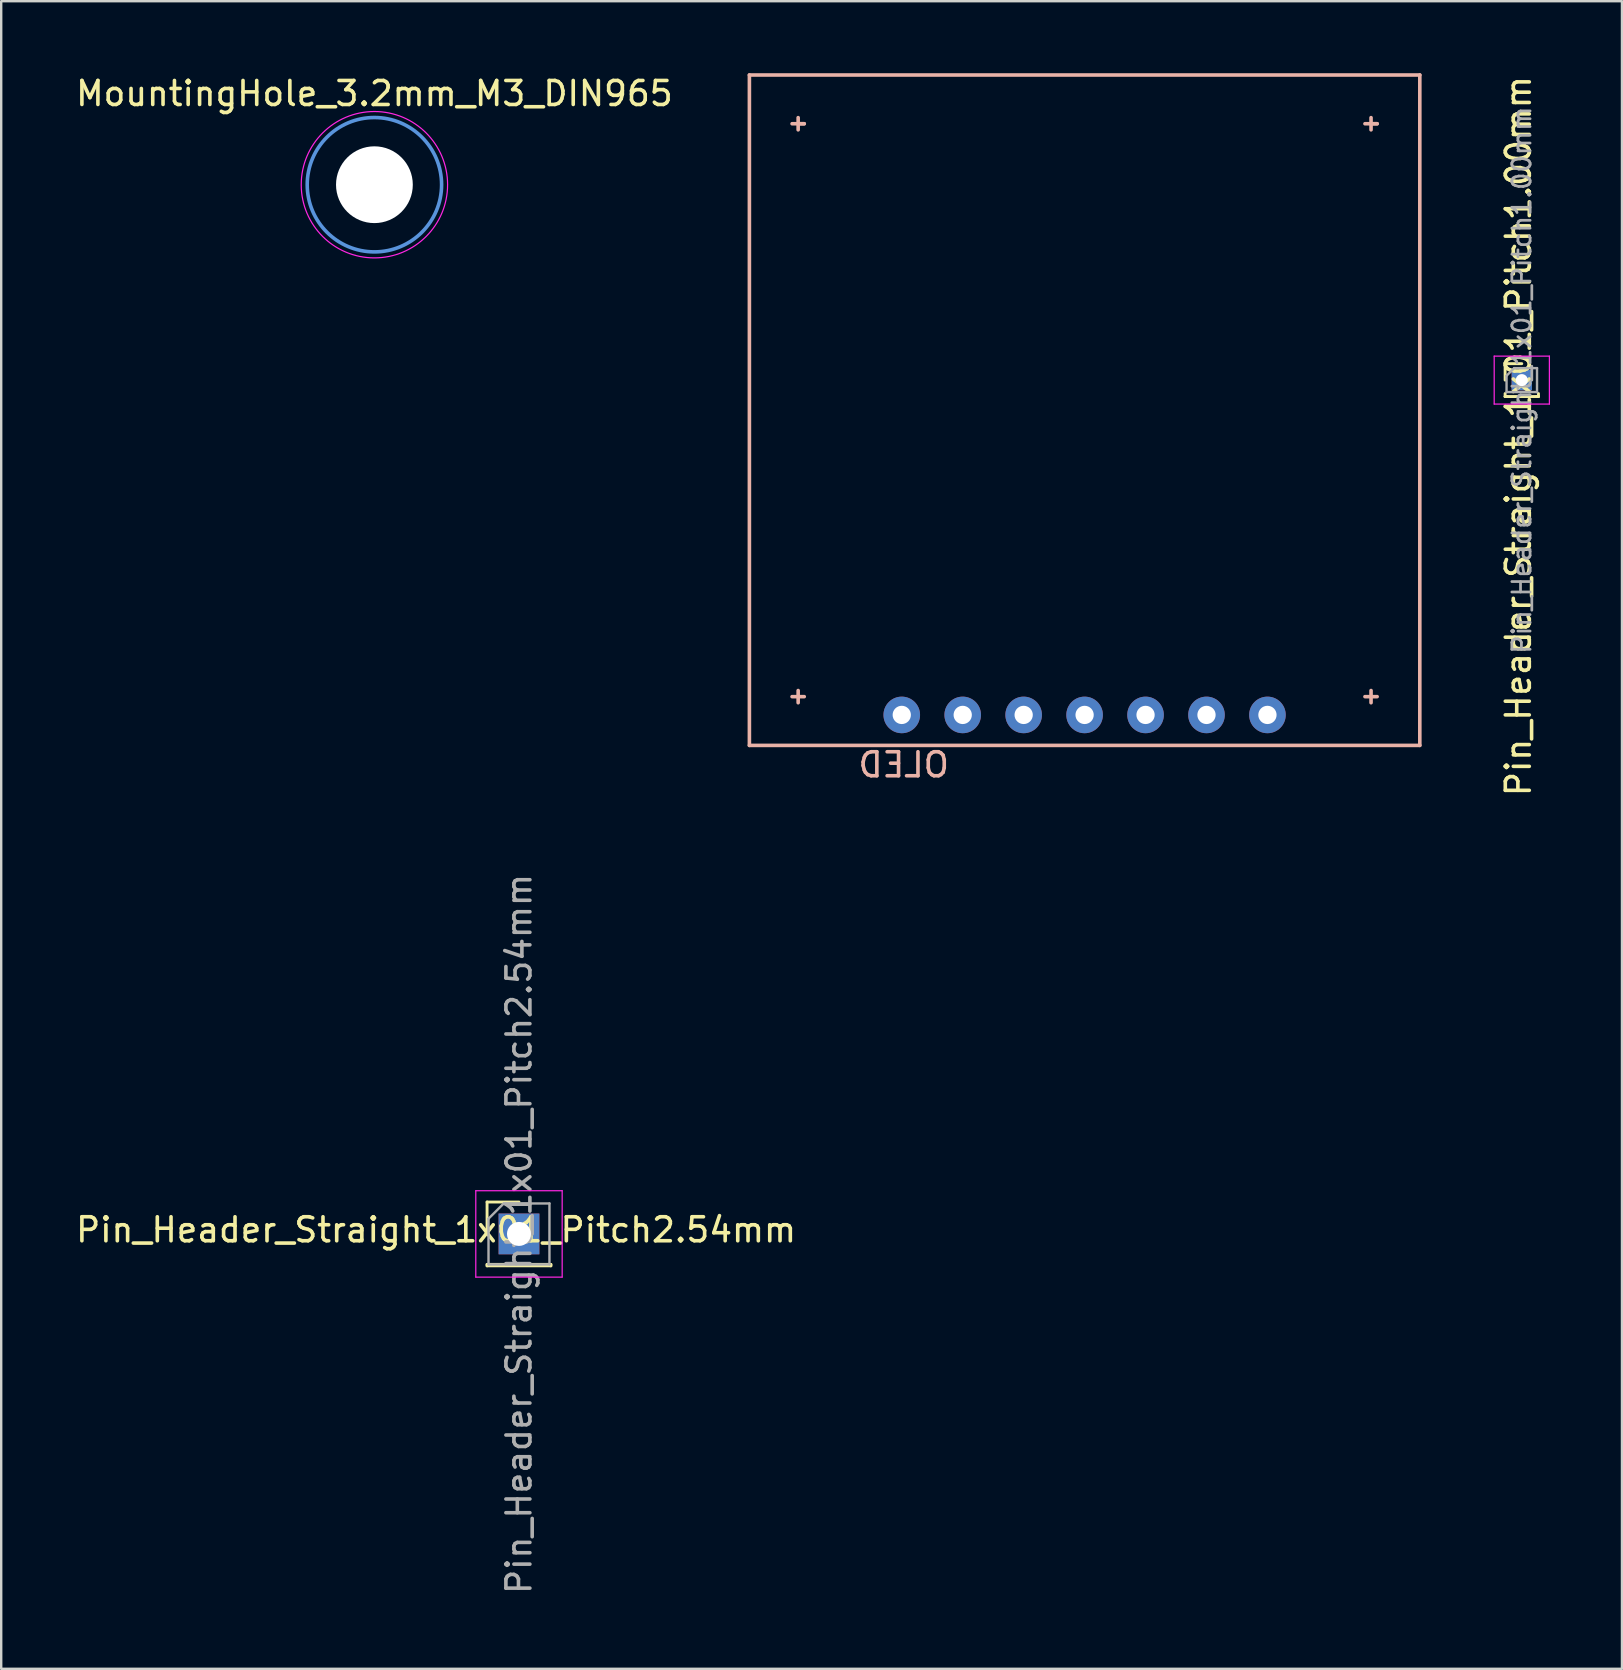
<source format=kicad_pcb>
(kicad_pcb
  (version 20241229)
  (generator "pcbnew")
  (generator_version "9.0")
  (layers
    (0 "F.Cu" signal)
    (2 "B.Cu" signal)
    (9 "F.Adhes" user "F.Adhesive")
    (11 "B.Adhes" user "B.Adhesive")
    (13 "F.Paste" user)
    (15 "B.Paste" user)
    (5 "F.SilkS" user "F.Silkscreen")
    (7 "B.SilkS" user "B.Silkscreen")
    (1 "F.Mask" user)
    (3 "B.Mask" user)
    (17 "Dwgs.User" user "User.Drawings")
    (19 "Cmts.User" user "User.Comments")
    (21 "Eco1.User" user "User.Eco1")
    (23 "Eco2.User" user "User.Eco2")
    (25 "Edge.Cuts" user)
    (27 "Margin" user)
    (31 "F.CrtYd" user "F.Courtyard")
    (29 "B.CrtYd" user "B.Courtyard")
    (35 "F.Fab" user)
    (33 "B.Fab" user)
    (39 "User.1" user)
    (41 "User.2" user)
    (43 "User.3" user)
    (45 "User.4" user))
  (footprint "MountingHole_3.2mm_M3_DIN965"
    (layer "F.Cu")
    (at 12.554 4.648)
    (property "Reference" "MountingHole_3.2mm_M3_DIN965" (at 0 -3.8 0) (layer "F.SilkS") (effects (font (size 1 1) (thickness 0.15))))
    (attr through_hole)
    (fp_circle (center 0 0) (end 2.8 0) (stroke (width 0.15) (type solid)) (fill no) (layer "Cmts.User"))
    (fp_circle (center 0 0) (end 3.05 0) (stroke (width 0.05) (type solid)) (fill no) (layer "F.CrtYd"))
    (pad "" np_thru_hole circle (at 0 0) (size 3.2 3.2) (drill 3.2) (layers "*.Cu" "*.Mask")))
  (footprint "OLED"
    (layer "F.Cu")
    (at 42.152 26.745)
    (property "Reference" "OLED" (at -7.54 2.08 0) (layer "B.SilkS") (effects (font (size 1 1) (thickness 0.15)) (justify mirror)))
    (attr through_hole)
    (fp_line (start -13.97 -26.67) (end -13.97 1.27) (stroke (width 0.15) (type solid)) (layer "B.SilkS"))
    (fp_line (start -13.97 1.27) (end 13.97 1.27) (stroke (width 0.15) (type solid)) (layer "B.SilkS"))
    (fp_line (start -12.192 -24.638) (end -11.938 -24.638) (stroke (width 0.15) (type solid)) (layer "B.SilkS"))
    (fp_line (start -12.192 -0.762) (end -11.684 -0.762) (stroke (width 0.15) (type solid)) (layer "B.SilkS"))
    (fp_line (start -11.938 -24.638) (end -11.938 -24.892) (stroke (width 0.15) (type solid)) (layer "B.SilkS"))
    (fp_line (start -11.938 -24.638) (end -11.938 -24.384) (stroke (width 0.15) (type solid)) (layer "B.SilkS"))
    (fp_line (start -11.938 -24.638) (end -11.684 -24.638) (stroke (width 0.15) (type solid)) (layer "B.SilkS"))
    (fp_line (start -11.938 -1.016) (end -11.938 -0.508) (stroke (width 0.15) (type solid)) (layer "B.SilkS"))
    (fp_line (start -11.684 -24.638) (end -11.938 -24.638) (stroke (width 0.15) (type solid)) (layer "B.SilkS"))
    (fp_line (start 11.684 -0.762) (end 12.192 -0.762) (stroke (width 0.15) (type solid)) (layer "B.SilkS"))
    (fp_line (start 11.938 -24.892) (end 11.938 -24.384) (stroke (width 0.15) (type solid)) (layer "B.SilkS"))
    (fp_line (start 11.938 -24.638) (end 12.192 -24.638) (stroke (width 0.15) (type solid)) (layer "B.SilkS"))
    (fp_line (start 11.938 -1.016) (end 11.938 -0.508) (stroke (width 0.15) (type solid)) (layer "B.SilkS"))
    (fp_line (start 12.192 -24.638) (end 11.684 -24.638) (stroke (width 0.15) (type solid)) (layer "B.SilkS"))
    (fp_line (start 13.97 -26.67) (end -13.97 -26.67) (stroke (width 0.15) (type solid)) (layer "B.SilkS"))
    (fp_line (start 13.97 1.27) (end 13.97 -26.67) (stroke (width 0.15) (type solid)) (layer "B.SilkS"))
    (pad "1" thru_hole circle (at -7.62 0) (size 1.524 1.524) (drill 0.762) (layers "*.Cu" "*.Mask"))
    (pad "2" thru_hole circle (at -5.08 0) (size 1.524 1.524) (drill 0.762) (layers "*.Cu" "*.Mask"))
    (pad "3" thru_hole circle (at -2.54 0) (size 1.524 1.524) (drill 0.762) (layers "*.Cu" "*.Mask"))
    (pad "4" thru_hole circle (at 0 0) (size 1.524 1.524) (drill 0.762) (layers "*.Cu" "*.Mask"))
    (pad "5" thru_hole circle (at 2.54 0) (size 1.524 1.524) (drill 0.762) (layers "*.Cu" "*.Mask"))
    (pad "6" thru_hole circle (at 5.08 0) (size 1.524 1.524) (drill 0.762) (layers "*.Cu" "*.Mask"))
    (pad "7" thru_hole circle (at 7.62 0) (size 1.524 1.524) (drill 0.762) (layers "*.Cu" "*.Mask")))
  (footprint "Pin_Header_Straight_1x01_Pitch1.00mm"
    (layer "F.Cu")
    (at 60.372 12.791)
    (property "Reference" "Pin_Header_Straight_1x01_Pitch1.00mm" (at -0.142 2.334 90) (layer "F.SilkS") (effects (font (size 1 1) (thickness 0.15))))
    (attr through_hole)
    (fp_line (start -0.695 -0.685) (end 0 -0.685) (stroke (width 0.12) (type solid)) (layer "F.SilkS"))
    (fp_line (start -0.695 0) (end -0.695 -0.685) (stroke (width 0.12) (type solid)) (layer "F.SilkS"))
    (fp_line (start -0.695 0.685) (end -0.695 0.56) (stroke (width 0.12) (type solid)) (layer "F.SilkS"))
    (fp_line (start -0.695 0.685) (end -0.608 0.685) (stroke (width 0.12) (type solid)) (layer "F.SilkS"))
    (fp_line (start -0.695 0.685) (end 0.695 0.685) (stroke (width 0.12) (type solid)) (layer "F.SilkS"))
    (fp_line (start 0.608 0.685) (end 0.695 0.685) (stroke (width 0.12) (type solid)) (layer "F.SilkS"))
    (fp_line (start 0.695 0.685) (end 0.695 0.56) (stroke (width 0.12) (type solid)) (layer "F.SilkS"))
    (fp_line (start -1.15 -1) (end -1.15 1) (stroke (width 0.05) (type solid)) (layer "F.CrtYd"))
    (fp_line (start -1.15 1) (end 1.15 1) (stroke (width 0.05) (type solid)) (layer "F.CrtYd"))
    (fp_line (start 1.15 -1) (end -1.15 -1) (stroke (width 0.05) (type solid)) (layer "F.CrtYd"))
    (fp_line (start 1.15 1) (end 1.15 -1) (stroke (width 0.05) (type solid)) (layer "F.CrtYd"))
    (fp_line (start -0.635 -0.182) (end -0.318 -0.5) (stroke (width 0.1) (type solid)) (layer "F.Fab"))
    (fp_line (start -0.635 0.5) (end -0.635 -0.182) (stroke (width 0.1) (type solid)) (layer "F.Fab"))
    (fp_line (start -0.318 -0.5) (end 0.635 -0.5) (stroke (width 0.1) (type solid)) (layer "F.Fab"))
    (fp_line (start 0.635 -0.5) (end 0.635 0.5) (stroke (width 0.1) (type solid)) (layer "F.Fab"))
    (fp_line (start 0.635 0.5) (end -0.635 0.5) (stroke (width 0.1) (type solid)) (layer "F.Fab"))
    (fp_text user "${REFERENCE}" (at 0 0 90) (layer "F.Fab") (effects (font (size 0.76 0.76) (thickness 0.114))))
    (pad "1" thru_hole rect (at 0 0) (size 0.85 0.85) (drill 0.5) (layers "*.Cu" "*.Mask")))
  (footprint "Pin_Header_Straight_1x01_Pitch2.54mm"
    (layer "F.Cu")
    (at 18.579 48.375)
    (property "Reference" "Pin_Header_Straight_1x01_Pitch2.54mm" (at -3.454 -0.17 0) (layer "F.SilkS") (effects (font (size 1 1) (thickness 0.15))))
    (attr through_hole)
    (fp_line (start -1.33 -1.33) (end 0 -1.33) (stroke (width 0.12) (type solid)) (layer "F.SilkS"))
    (fp_line (start -1.33 0) (end -1.33 -1.33) (stroke (width 0.12) (type solid)) (layer "F.SilkS"))
    (fp_line (start -1.33 1.27) (end -1.33 1.33) (stroke (width 0.12) (type solid)) (layer "F.SilkS"))
    (fp_line (start -1.33 1.27) (end 1.33 1.27) (stroke (width 0.12) (type solid)) (layer "F.SilkS"))
    (fp_line (start -1.33 1.33) (end 1.33 1.33) (stroke (width 0.12) (type solid)) (layer "F.SilkS"))
    (fp_line (start 1.33 1.27) (end 1.33 1.33) (stroke (width 0.12) (type solid)) (layer "F.SilkS"))
    (fp_line (start -1.8 -1.8) (end -1.8 1.8) (stroke (width 0.05) (type solid)) (layer "F.CrtYd"))
    (fp_line (start -1.8 1.8) (end 1.8 1.8) (stroke (width 0.05) (type solid)) (layer "F.CrtYd"))
    (fp_line (start 1.8 -1.8) (end -1.8 -1.8) (stroke (width 0.05) (type solid)) (layer "F.CrtYd"))
    (fp_line (start 1.8 1.8) (end 1.8 -1.8) (stroke (width 0.05) (type solid)) (layer "F.CrtYd"))
    (fp_line (start -1.27 -0.635) (end -0.635 -1.27) (stroke (width 0.1) (type solid)) (layer "F.Fab"))
    (fp_line (start -1.27 1.27) (end -1.27 -0.635) (stroke (width 0.1) (type solid)) (layer "F.Fab"))
    (fp_line (start -0.635 -1.27) (end 1.27 -1.27) (stroke (width 0.1) (type solid)) (layer "F.Fab"))
    (fp_line (start 1.27 -1.27) (end 1.27 1.27) (stroke (width 0.1) (type solid)) (layer "F.Fab"))
    (fp_line (start 1.27 1.27) (end -1.27 1.27) (stroke (width 0.1) (type solid)) (layer "F.Fab"))
    (fp_text user "${REFERENCE}" (at 0 0 90) (layer "F.Fab") (effects (font (size 1 1) (thickness 0.15))))
    (pad "1" thru_hole rect (at 0 0) (size 1.7 1.7) (drill 1) (layers "*.Cu" "*.Mask")))
  (gr_rect
    (start -3 -3)
    (end 64.547 66.5)
    (stroke (width 0.1) (type default))
    (fill no)
    (layer "Edge.Cuts")))
</source>
